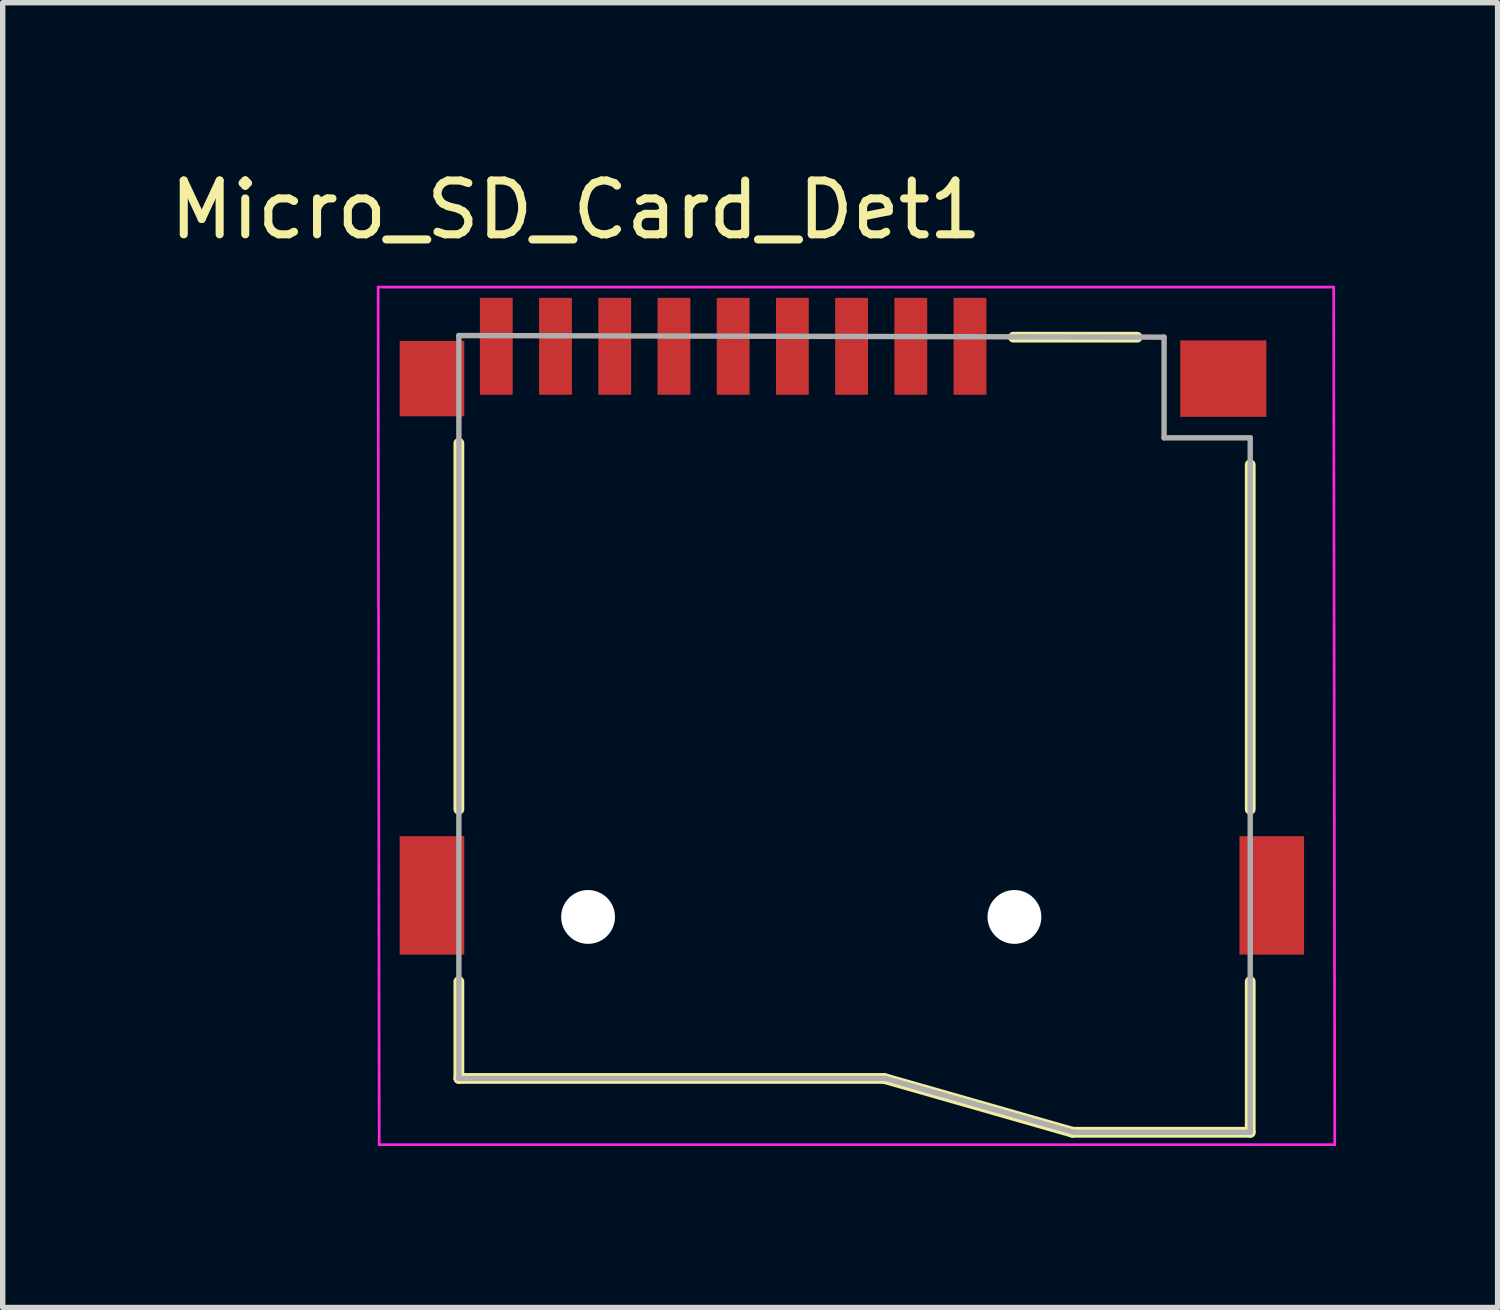
<source format=kicad_pcb>
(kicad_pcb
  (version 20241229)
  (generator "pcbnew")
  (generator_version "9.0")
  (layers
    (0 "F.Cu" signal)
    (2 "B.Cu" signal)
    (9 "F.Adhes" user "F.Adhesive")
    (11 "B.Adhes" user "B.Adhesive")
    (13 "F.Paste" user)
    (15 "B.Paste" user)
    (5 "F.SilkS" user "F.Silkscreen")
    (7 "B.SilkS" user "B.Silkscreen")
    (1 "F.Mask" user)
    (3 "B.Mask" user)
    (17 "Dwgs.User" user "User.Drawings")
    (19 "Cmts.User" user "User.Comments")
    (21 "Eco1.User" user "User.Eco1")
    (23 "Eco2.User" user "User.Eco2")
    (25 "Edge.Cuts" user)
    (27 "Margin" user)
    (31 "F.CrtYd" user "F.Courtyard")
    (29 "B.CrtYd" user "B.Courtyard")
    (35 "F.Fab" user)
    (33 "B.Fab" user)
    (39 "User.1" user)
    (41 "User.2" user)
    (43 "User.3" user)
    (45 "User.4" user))
  (footprint "Micro_SD_Card_Det1"
    (layer "F.Cu")
    (at 12.774 13.983)
    (property "Reference" "Micro_SD_Card_Det1" (at -5.125 -13.135 0) (layer "F.SilkS") (effects (font (size 1 1) (thickness 0.15))))
    (attr smd)
    (fp_line (start -7.3 -2) (end -7.3 -8.8) (stroke (width 0.2) (type solid)) (layer "F.SilkS"))
    (fp_line (start -7.3 3) (end -7.3 1.2) (stroke (width 0.2) (type solid)) (layer "F.SilkS"))
    (fp_line (start -7.3 3) (end 0.6 3) (stroke (width 0.2) (type solid)) (layer "F.SilkS"))
    (fp_line (start 0.6 3) (end 4.1 4) (stroke (width 0.2) (type solid)) (layer "F.SilkS"))
    (fp_line (start 3 -10.77) (end 5.3 -10.77) (stroke (width 0.2) (type solid)) (layer "F.SilkS"))
    (fp_line (start 4.1 4) (end 7.4 4) (stroke (width 0.2) (type solid)) (layer "F.SilkS"))
    (fp_line (start 7.4 -2) (end 7.4 -8.4) (stroke (width 0.2) (type solid)) (layer "F.SilkS"))
    (fp_line (start 7.4 4) (end 7.4 1.2) (stroke (width 0.2) (type solid)) (layer "F.SilkS"))
    (fp_line (start -8.8 -11.7) (end 8.95 -11.7) (stroke (width 0.05) (type solid)) (layer "F.CrtYd"))
    (fp_line (start -8.78 4.23) (end -8.8 -11.7) (stroke (width 0.05) (type solid)) (layer "F.CrtYd"))
    (fp_line (start -8.78 4.23) (end 8.97 4.23) (stroke (width 0.05) (type solid)) (layer "F.CrtYd"))
    (fp_line (start 8.95 -11.7) (end 8.97 4.23) (stroke (width 0.05) (type solid)) (layer "F.CrtYd"))
    (fp_line (start -7.3 -10.8) (end 5.8 -10.77) (stroke (width 0.1) (type solid)) (layer "F.Fab"))
    (fp_line (start -7.3 3) (end -7.3 -10.8) (stroke (width 0.1) (type solid)) (layer "F.Fab"))
    (fp_line (start -7.3 3) (end 0.62 3) (stroke (width 0.1) (type default)) (layer "F.Fab"))
    (fp_line (start 0.62 3) (end 4.12 4) (stroke (width 0.1) (type default)) (layer "F.Fab"))
    (fp_line (start 4.12 4) (end 7.4 4) (stroke (width 0.1) (type solid)) (layer "F.Fab"))
    (fp_line (start 5.8 -10.77) (end 5.8 -8.9) (stroke (width 0.1) (type default)) (layer "F.Fab"))
    (fp_line (start 5.8 -8.9) (end 7.4 -8.9) (stroke (width 0.1) (type default)) (layer "F.Fab"))
    (fp_line (start 7.4 4) (end 7.4 -8.9) (stroke (width 0.1) (type solid)) (layer "F.Fab"))
    (pad "" np_thru_hole circle (at -4.9 0) (size 1 1) (drill 1) (layers "*.Cu" "*.Mask"))
    (pad "" np_thru_hole circle (at 3.02 0) (size 1 1) (drill 1) (layers "*.Cu" "*.Mask"))
    (pad "1" smd rect (at 2.195 -10.6) (size 0.61 1.8) (layers "F.Cu" "F.Mask" "F.Paste"))
    (pad "2" smd rect (at 1.095 -10.6) (size 0.61 1.8) (layers "F.Cu" "F.Mask" "F.Paste"))
    (pad "3" smd rect (at -0.005 -10.6) (size 0.61 1.8) (layers "F.Cu" "F.Mask" "F.Paste"))
    (pad "4" smd rect (at -1.105 -10.6) (size 0.61 1.8) (layers "F.Cu" "F.Mask" "F.Paste"))
    (pad "5" smd rect (at -2.205 -10.6) (size 0.61 1.8) (layers "F.Cu" "F.Mask" "F.Paste"))
    (pad "6" smd rect (at -3.305 -10.6) (size 0.61 1.8) (layers "F.Cu" "F.Mask" "F.Paste"))
    (pad "7" smd rect (at -4.405 -10.6) (size 0.61 1.8) (layers "F.Cu" "F.Mask" "F.Paste"))
    (pad "8" smd rect (at -5.505 -10.6) (size 0.61 1.8) (layers "F.Cu" "F.Mask" "F.Paste"))
    (pad "9" smd rect (at -6.605 -10.6) (size 0.61 1.8) (layers "F.Cu" "F.Mask" "F.Paste"))
    (pad "10" smd rect (at -7.8 -10) (size 1.2 1.4) (layers "F.Cu" "F.Mask" "F.Paste"))
    (pad "10" smd rect (at -7.8 -0.4) (size 1.2 2.2) (layers "F.Cu" "F.Mask" "F.Paste"))
    (pad "10" smd rect (at 6.9 -10) (size 1.6 1.42) (layers "F.Cu" "F.Mask" "F.Paste"))
    (pad "10" smd rect (at 7.8 -0.4) (size 1.2 2.2) (layers "F.Cu" "F.Mask" "F.Paste"))
    (zone (net_name "") (layer "F.Cu") (hatch full 0.508) (connect_pads) (min_thickness 0.01) (filled_areas_thickness no) (keepout (tracks not_allowed) (vias not_allowed) (pads not_allowed) (copperpour not_allowed) (footprints allowed)) (placement (enabled no)) (fill) (polygon (pts (xy 5.344 6.063) (xy 15.544 6.063) (xy 15.544 10.113) (xy 5.344 10.113))))
    (zone (net_name "") (layers "F.Cu" "B.Cu") (hatch full 0.508) (connect_pads) (min_thickness 0.01) (filled_areas_thickness no) (keepout (tracks allowed) (vias not_allowed) (pads allowed) (copperpour allowed) (footprints allowed)) (placement (enabled no)) (fill) (polygon (pts (xy 5.344 6.063) (xy 15.544 6.063) (xy 15.544 10.113) (xy 5.344 10.113)))))
  (gr_rect
    (start -3 -3)
    (end 24.769 21.238)
    (stroke (width 0.1) (type default))
    (fill no)
    (layer "Edge.Cuts")))
</source>
